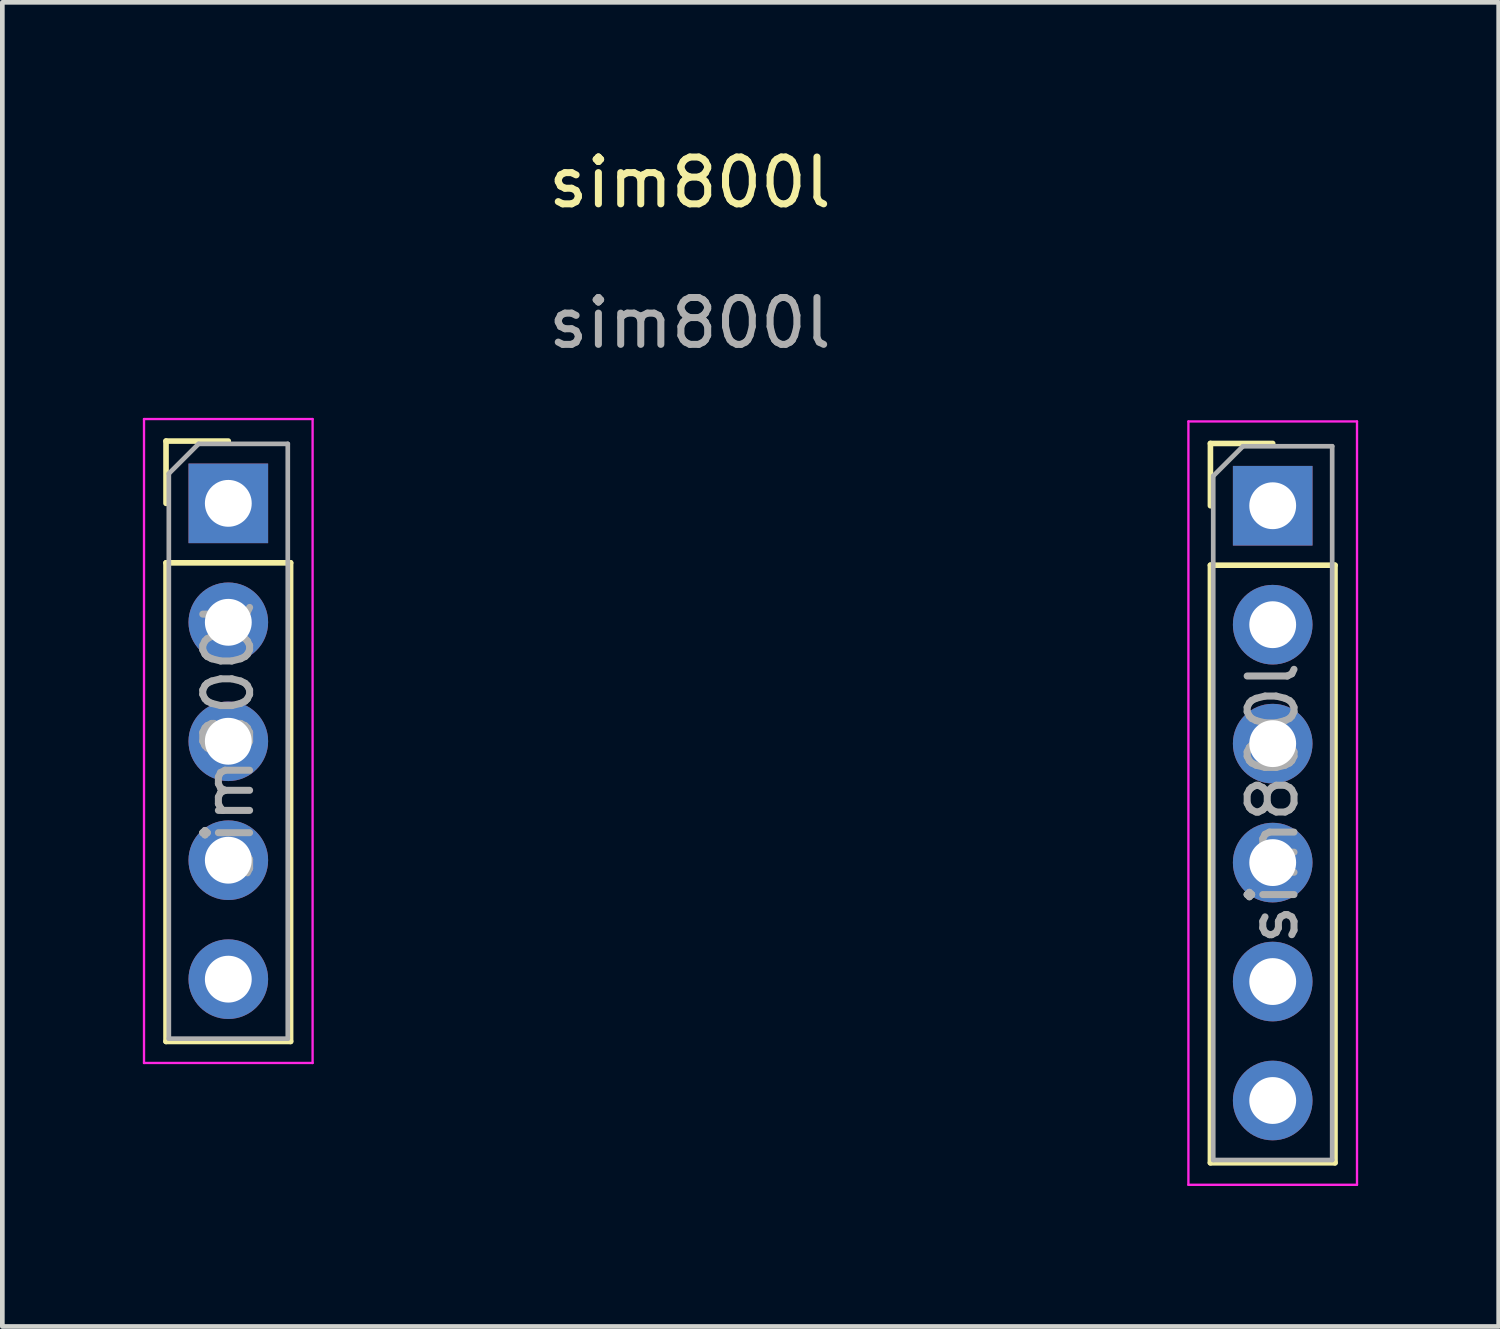
<source format=kicad_pcb>
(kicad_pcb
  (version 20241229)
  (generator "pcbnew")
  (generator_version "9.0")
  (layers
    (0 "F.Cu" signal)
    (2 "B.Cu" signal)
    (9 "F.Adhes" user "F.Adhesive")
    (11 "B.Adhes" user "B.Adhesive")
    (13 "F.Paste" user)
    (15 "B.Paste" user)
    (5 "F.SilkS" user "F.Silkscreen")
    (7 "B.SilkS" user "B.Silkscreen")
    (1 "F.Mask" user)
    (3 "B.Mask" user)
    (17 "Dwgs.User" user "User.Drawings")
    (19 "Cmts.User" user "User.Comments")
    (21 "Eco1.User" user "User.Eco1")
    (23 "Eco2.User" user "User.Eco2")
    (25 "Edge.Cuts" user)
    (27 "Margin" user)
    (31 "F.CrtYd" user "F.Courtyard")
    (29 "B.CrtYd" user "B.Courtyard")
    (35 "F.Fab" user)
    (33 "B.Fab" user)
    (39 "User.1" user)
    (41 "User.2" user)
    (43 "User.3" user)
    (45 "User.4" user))
  (footprint "sim800l"
    (layer "F.Cu")
    (at 8.124 16.588)
    (property "Reference" "sim800l" (at 3.556 -15.74 0) (unlocked yes) (layer "F.SilkS") (effects (font (size 1 1) (thickness 0.15))))
    (attr smd)
    (fp_line (start -7.629 -10.22) (end -6.299 -10.22) (stroke (width 0.12) (type solid)) (layer "F.SilkS"))
    (fp_line (start -7.629 -8.89) (end -7.629 -10.22) (stroke (width 0.12) (type solid)) (layer "F.SilkS"))
    (fp_line (start -7.629 -7.62) (end -7.629 2.6) (stroke (width 0.12) (type solid)) (layer "F.SilkS"))
    (fp_line (start -7.629 -7.62) (end -4.969 -7.62) (stroke (width 0.12) (type solid)) (layer "F.SilkS"))
    (fp_line (start -7.629 2.6) (end -4.969 2.6) (stroke (width 0.12) (type solid)) (layer "F.SilkS"))
    (fp_line (start -4.969 -7.62) (end -4.969 2.6) (stroke (width 0.12) (type solid)) (layer "F.SilkS"))
    (fp_line (start 14.672 -10.169) (end 16.002 -10.169) (stroke (width 0.12) (type solid)) (layer "F.SilkS"))
    (fp_line (start 14.672 -8.839) (end 14.672 -10.169) (stroke (width 0.12) (type solid)) (layer "F.SilkS"))
    (fp_line (start 14.672 -7.569) (end 14.672 5.191) (stroke (width 0.12) (type solid)) (layer "F.SilkS"))
    (fp_line (start 14.672 -7.569) (end 17.332 -7.569) (stroke (width 0.12) (type solid)) (layer "F.SilkS"))
    (fp_line (start 14.672 5.191) (end 17.332 5.191) (stroke (width 0.12) (type solid)) (layer "F.SilkS"))
    (fp_line (start 17.332 -7.569) (end 17.332 5.191) (stroke (width 0.12) (type solid)) (layer "F.SilkS"))
    (fp_line (start -8.099 -10.69) (end -8.099 3.06) (stroke (width 0.05) (type solid)) (layer "F.CrtYd"))
    (fp_line (start -8.099 3.06) (end -4.499 3.06) (stroke (width 0.05) (type solid)) (layer "F.CrtYd"))
    (fp_line (start -4.499 -10.69) (end -8.099 -10.69) (stroke (width 0.05) (type solid)) (layer "F.CrtYd"))
    (fp_line (start -4.499 3.06) (end -4.499 -10.69) (stroke (width 0.05) (type solid)) (layer "F.CrtYd"))
    (fp_line (start 14.202 -10.639) (end 14.202 5.661) (stroke (width 0.05) (type solid)) (layer "F.CrtYd"))
    (fp_line (start 14.202 5.661) (end 17.802 5.661) (stroke (width 0.05) (type solid)) (layer "F.CrtYd"))
    (fp_line (start 17.802 -10.639) (end 14.202 -10.639) (stroke (width 0.05) (type solid)) (layer "F.CrtYd"))
    (fp_line (start 17.802 5.661) (end 17.802 -10.639) (stroke (width 0.05) (type solid)) (layer "F.CrtYd"))
    (fp_line (start -7.569 -9.525) (end -6.934 -10.16) (stroke (width 0.1) (type solid)) (layer "F.Fab"))
    (fp_line (start -7.569 2.54) (end -7.569 -9.525) (stroke (width 0.1) (type solid)) (layer "F.Fab"))
    (fp_line (start -6.934 -10.16) (end -5.029 -10.16) (stroke (width 0.1) (type solid)) (layer "F.Fab"))
    (fp_line (start -5.029 -10.16) (end -5.029 2.54) (stroke (width 0.1) (type solid)) (layer "F.Fab"))
    (fp_line (start -5.029 2.54) (end -7.569 2.54) (stroke (width 0.1) (type solid)) (layer "F.Fab"))
    (fp_line (start 14.732 -9.474) (end 15.367 -10.109) (stroke (width 0.1) (type solid)) (layer "F.Fab"))
    (fp_line (start 14.732 5.131) (end 14.732 -9.474) (stroke (width 0.1) (type solid)) (layer "F.Fab"))
    (fp_line (start 15.367 -10.109) (end 17.272 -10.109) (stroke (width 0.1) (type solid)) (layer "F.Fab"))
    (fp_line (start 17.272 -10.109) (end 17.272 5.131) (stroke (width 0.1) (type solid)) (layer "F.Fab"))
    (fp_line (start 17.272 5.131) (end 14.732 5.131) (stroke (width 0.1) (type solid)) (layer "F.Fab"))
    (fp_text user "${REFERENCE}" (at 3.556 -12.74 0) (unlocked yes) (layer "F.Fab") (effects (font (size 1 1) (thickness 0.15))))
    (fp_text user "${REFERENCE}" (at -6.299 -3.81 90) (layer "F.Fab") (effects (font (size 1 1) (thickness 0.15))))
    (fp_text user "${REFERENCE}" (at 16.002 -2.489 90) (layer "F.Fab") (effects (font (size 1 1) (thickness 0.15))))
    (pad "1" thru_hole rect (at -6.299 -8.89) (size 1.7 1.7) (drill 1) (layers "*.Cu" "*.Mask"))
    (pad "1" thru_hole rect (at 16.002 -8.839) (size 1.7 1.7) (drill 1) (layers "*.Cu" "*.Mask"))
    (pad "2" thru_hole oval (at -6.299 -6.35) (size 1.7 1.7) (drill 1) (layers "*.Cu" "*.Mask"))
    (pad "2" thru_hole oval (at 16.002 -6.299) (size 1.7 1.7) (drill 1) (layers "*.Cu" "*.Mask"))
    (pad "3" thru_hole oval (at -6.299 -3.81) (size 1.7 1.7) (drill 1) (layers "*.Cu" "*.Mask"))
    (pad "3" thru_hole oval (at 16.002 -3.759) (size 1.7 1.7) (drill 1) (layers "*.Cu" "*.Mask"))
    (pad "4" thru_hole oval (at -6.299 -1.27) (size 1.7 1.7) (drill 1) (layers "*.Cu" "*.Mask"))
    (pad "4" thru_hole oval (at 16.002 -1.219) (size 1.7 1.7) (drill 1) (layers "*.Cu" "*.Mask"))
    (pad "5" thru_hole oval (at -6.299 1.27) (size 1.7 1.7) (drill 1) (layers "*.Cu" "*.Mask"))
    (pad "5" thru_hole oval (at 16.002 1.321) (size 1.7 1.7) (drill 1) (layers "*.Cu" "*.Mask"))
    (pad "6" thru_hole oval (at 16.002 3.861) (size 1.7 1.7) (drill 1) (layers "*.Cu" "*.Mask")))
  (gr_rect
    (start -3 -3)
    (end 28.951 25.274)
    (stroke (width 0.1) (type default))
    (fill no)
    (layer "Edge.Cuts")))
</source>
